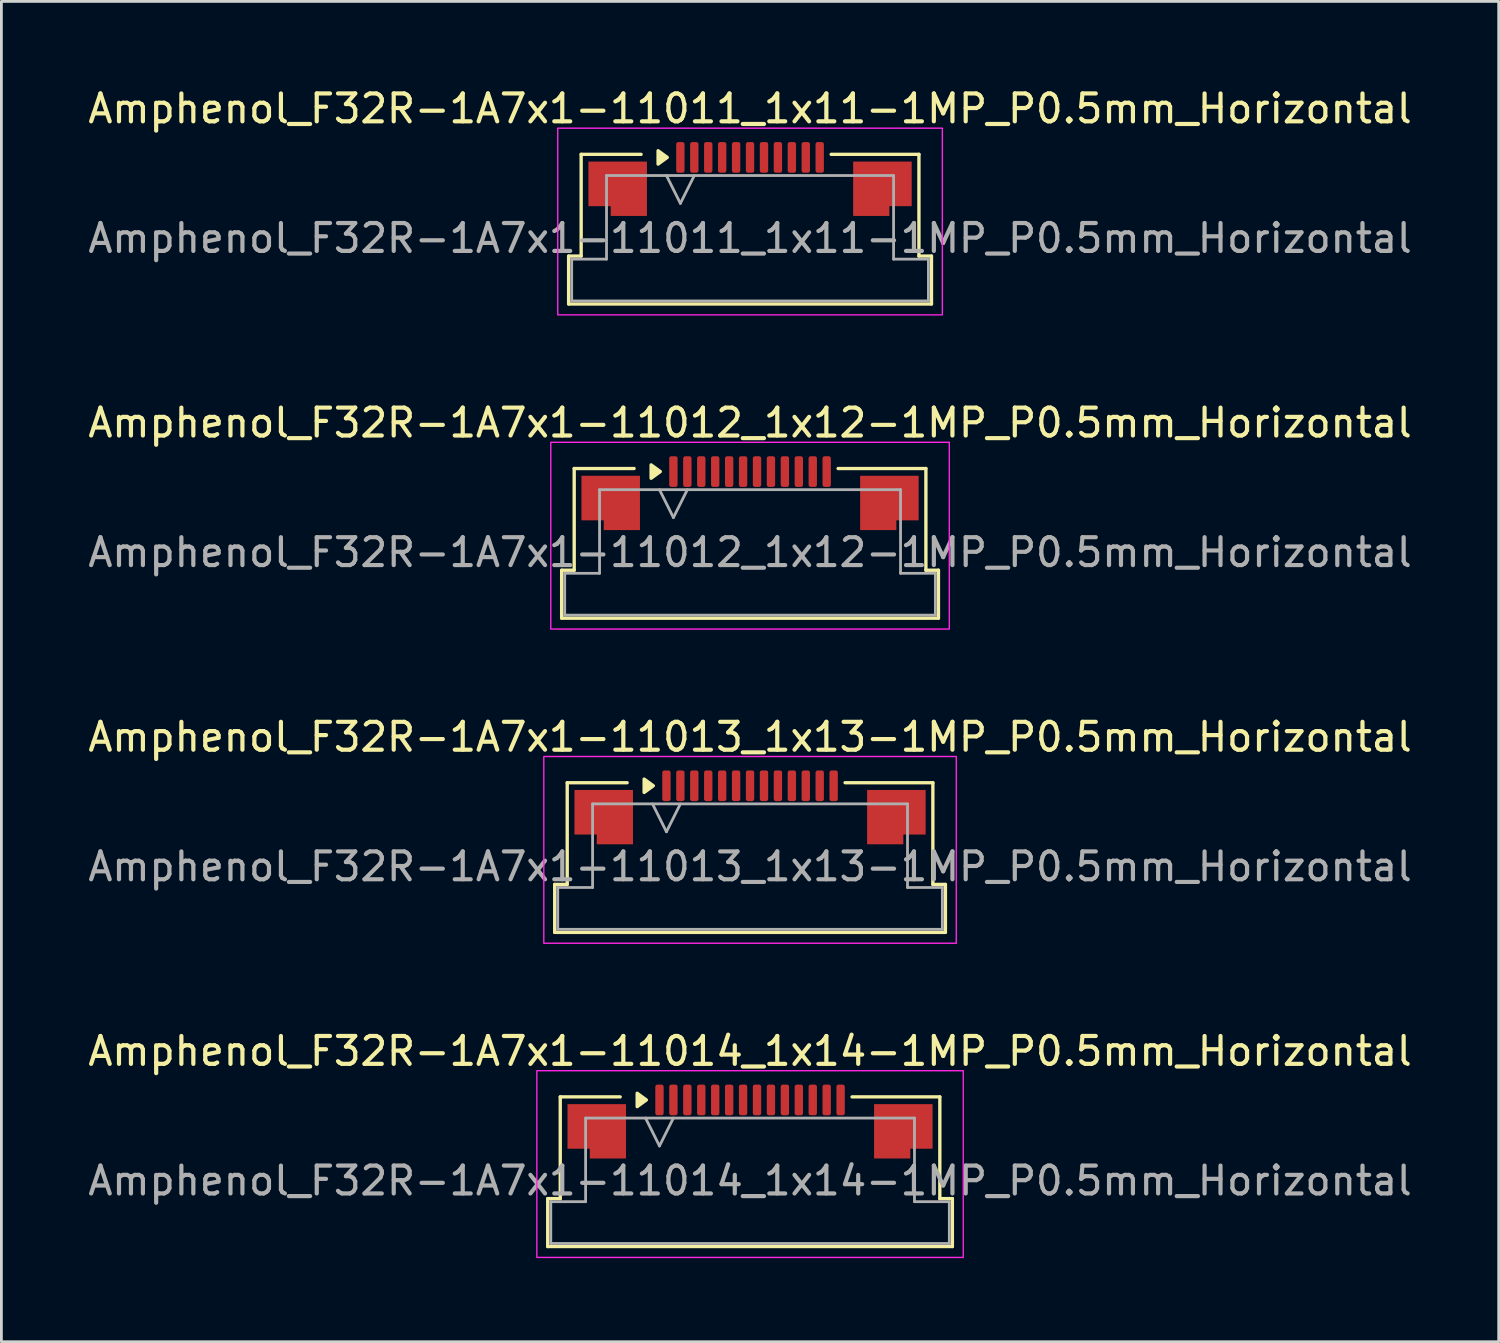
<source format=kicad_pcb>
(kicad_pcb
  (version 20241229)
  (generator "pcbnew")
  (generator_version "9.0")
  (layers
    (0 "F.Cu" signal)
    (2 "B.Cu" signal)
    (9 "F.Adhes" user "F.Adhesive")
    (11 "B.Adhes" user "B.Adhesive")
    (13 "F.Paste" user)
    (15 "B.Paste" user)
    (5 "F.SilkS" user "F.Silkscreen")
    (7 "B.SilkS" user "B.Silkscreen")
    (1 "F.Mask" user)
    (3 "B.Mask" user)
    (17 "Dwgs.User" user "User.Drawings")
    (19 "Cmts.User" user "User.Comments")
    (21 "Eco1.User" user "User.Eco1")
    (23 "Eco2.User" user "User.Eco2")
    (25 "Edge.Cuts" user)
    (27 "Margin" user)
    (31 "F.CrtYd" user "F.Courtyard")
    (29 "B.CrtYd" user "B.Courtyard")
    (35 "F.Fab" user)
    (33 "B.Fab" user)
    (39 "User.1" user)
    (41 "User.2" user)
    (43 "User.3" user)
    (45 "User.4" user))
  (footprint "Amphenol_F32R-1A7x1-11014_1x14-1MP_P0.5mm_Horizontal"
    (layer "F.Cu")
    (at 23.863 39.318)
    (property "Reference" "Amphenol_F32R-1A7x1-11014_1x14-1MP_P0.5mm_Horizontal" (at 0 -4.65 0) (layer "F.SilkS") (effects (font (size 1 1) (thickness 0.15))))
    (attr smd)
    (fp_line (start -7.26 0.64) (end -6.81 0.64) (stroke (width 0.12) (type solid)) (layer "F.SilkS"))
    (fp_line (start -7.26 2.36) (end -7.26 0.64) (stroke (width 0.12) (type solid)) (layer "F.SilkS"))
    (fp_line (start -6.81 -3.01) (end -4.66 -3.01) (stroke (width 0.12) (type solid)) (layer "F.SilkS"))
    (fp_line (start -6.81 0.64) (end -6.81 -3.01) (stroke (width 0.12) (type solid)) (layer "F.SilkS"))
    (fp_line (start 3.66 -3.01) (end 6.81 -3.01) (stroke (width 0.12) (type solid)) (layer "F.SilkS"))
    (fp_line (start 6.81 -3.01) (end 6.81 0.64) (stroke (width 0.12) (type solid)) (layer "F.SilkS"))
    (fp_line (start 6.81 0.64) (end 7.26 0.64) (stroke (width 0.12) (type solid)) (layer "F.SilkS"))
    (fp_line (start 7.26 0.64) (end 7.26 2.36) (stroke (width 0.12) (type solid)) (layer "F.SilkS"))
    (fp_line (start 7.26 2.36) (end -7.26 2.36) (stroke (width 0.12) (type solid)) (layer "F.SilkS"))
    (fp_poly (pts (xy -3.72 -2.9) (xy -4.05 -2.66) (xy -4.05 -3.14)) (stroke (width 0.12) (type solid)) (fill yes) (layer "F.SilkS"))
    (fp_rect (start -7.65 -3.95) (end 7.65 2.75) (stroke (width 0.05) (type solid)) (fill no) (layer "F.CrtYd"))
    (fp_line (start -7.15 0.75) (end -5.9 0.75) (stroke (width 0.1) (type solid)) (layer "F.Fab"))
    (fp_line (start -7.15 2.25) (end -7.15 0.75) (stroke (width 0.1) (type solid)) (layer "F.Fab"))
    (fp_line (start -5.9 -2.25) (end 5.9 -2.25) (stroke (width 0.1) (type solid)) (layer "F.Fab"))
    (fp_line (start -5.9 0.75) (end -5.9 -2.25) (stroke (width 0.1) (type solid)) (layer "F.Fab"))
    (fp_line (start -3.75 -2.25) (end -3.25 -1.25) (stroke (width 0.1) (type solid)) (layer "F.Fab"))
    (fp_line (start -3.25 -1.25) (end -2.75 -2.25) (stroke (width 0.1) (type solid)) (layer "F.Fab"))
    (fp_line (start 5.9 -2.25) (end 5.9 0.75) (stroke (width 0.1) (type solid)) (layer "F.Fab"))
    (fp_line (start 5.9 0.75) (end 7.15 0.75) (stroke (width 0.1) (type solid)) (layer "F.Fab"))
    (fp_line (start 7.15 0.75) (end 7.15 2.25) (stroke (width 0.1) (type solid)) (layer "F.Fab"))
    (fp_line (start 7.15 2.25) (end -7.15 2.25) (stroke (width 0.1) (type solid)) (layer "F.Fab"))
    (fp_text user "${REFERENCE}" (at 0 0 0) (layer "F.Fab") (effects (font (size 1 1) (thickness 0.15))))
    (pad "1" smd roundrect (at -3.25 -2.9) (size 0.3 1.1) (layers "F.Cu" "F.Mask" "F.Paste") (roundrect_rratio 0.25))
    (pad "2" smd roundrect (at -2.75 -2.9) (size 0.3 1.1) (layers "F.Cu" "F.Mask" "F.Paste") (roundrect_rratio 0.25))
    (pad "3" smd roundrect (at -2.25 -2.9) (size 0.3 1.1) (layers "F.Cu" "F.Mask" "F.Paste") (roundrect_rratio 0.25))
    (pad "4" smd roundrect (at -1.75 -2.9) (size 0.3 1.1) (layers "F.Cu" "F.Mask" "F.Paste") (roundrect_rratio 0.25))
    (pad "5" smd roundrect (at -1.25 -2.9) (size 0.3 1.1) (layers "F.Cu" "F.Mask" "F.Paste") (roundrect_rratio 0.25))
    (pad "6" smd roundrect (at -0.75 -2.9) (size 0.3 1.1) (layers "F.Cu" "F.Mask" "F.Paste") (roundrect_rratio 0.25))
    (pad "7" smd roundrect (at -0.25 -2.9) (size 0.3 1.1) (layers "F.Cu" "F.Mask" "F.Paste") (roundrect_rratio 0.25))
    (pad "8" smd roundrect (at 0.25 -2.9) (size 0.3 1.1) (layers "F.Cu" "F.Mask" "F.Paste") (roundrect_rratio 0.25))
    (pad "9" smd roundrect (at 0.75 -2.9) (size 0.3 1.1) (layers "F.Cu" "F.Mask" "F.Paste") (roundrect_rratio 0.25))
    (pad "10" smd roundrect (at 1.25 -2.9) (size 0.3 1.1) (layers "F.Cu" "F.Mask" "F.Paste") (roundrect_rratio 0.25))
    (pad "11" smd roundrect (at 1.75 -2.9) (size 0.3 1.1) (layers "F.Cu" "F.Mask" "F.Paste") (roundrect_rratio 0.25))
    (pad "12" smd roundrect (at 2.25 -2.9) (size 0.3 1.1) (layers "F.Cu" "F.Mask" "F.Paste") (roundrect_rratio 0.25))
    (pad "13" smd roundrect (at 2.75 -2.9) (size 0.3 1.1) (layers "F.Cu" "F.Mask" "F.Paste") (roundrect_rratio 0.25))
    (pad "14" smd roundrect (at 3.25 -2.9) (size 0.3 1.1) (layers "F.Cu" "F.Mask" "F.Paste") (roundrect_rratio 0.25))
    (pad "MP" smd custom (at -5.5 -1.775) (size 1 1) (layers "F.Cu" "F.Mask" "F.Paste") (options (anchor circle)) (primitives (gr_poly (pts (xy 1.05 -0.975) (xy 1.05 0.975) (xy -0.25 0.975) (xy -0.25 0.625) (xy -1.05 0.625) (xy -1.05 -0.975)) (width 0) (fill yes))))
    (pad "MP" smd custom (at 5.5 -1.775) (size 1 1) (layers "F.Cu" "F.Mask" "F.Paste") (options (anchor circle)) (primitives (gr_poly (pts (xy -1.05 -0.975) (xy -1.05 0.975) (xy 0.25 0.975) (xy 0.25 0.625) (xy 1.05 0.625) (xy 1.05 -0.975)) (width 0) (fill yes)))))
  (footprint "Amphenol_F32R-1A7x1-11013_1x13-1MP_P0.5mm_Horizontal"
    (layer "F.Cu")
    (at 23.863 28.045)
    (property "Reference" "Amphenol_F32R-1A7x1-11013_1x13-1MP_P0.5mm_Horizontal" (at 0 -4.65 0) (layer "F.SilkS") (effects (font (size 1 1) (thickness 0.15))))
    (attr smd)
    (fp_line (start -7.01 0.64) (end -6.56 0.64) (stroke (width 0.12) (type solid)) (layer "F.SilkS"))
    (fp_line (start -7.01 2.36) (end -7.01 0.64) (stroke (width 0.12) (type solid)) (layer "F.SilkS"))
    (fp_line (start -6.56 -3.01) (end -4.41 -3.01) (stroke (width 0.12) (type solid)) (layer "F.SilkS"))
    (fp_line (start -6.56 0.64) (end -6.56 -3.01) (stroke (width 0.12) (type solid)) (layer "F.SilkS"))
    (fp_line (start 3.41 -3.01) (end 6.56 -3.01) (stroke (width 0.12) (type solid)) (layer "F.SilkS"))
    (fp_line (start 6.56 -3.01) (end 6.56 0.64) (stroke (width 0.12) (type solid)) (layer "F.SilkS"))
    (fp_line (start 6.56 0.64) (end 7.01 0.64) (stroke (width 0.12) (type solid)) (layer "F.SilkS"))
    (fp_line (start 7.01 0.64) (end 7.01 2.36) (stroke (width 0.12) (type solid)) (layer "F.SilkS"))
    (fp_line (start 7.01 2.36) (end -7.01 2.36) (stroke (width 0.12) (type solid)) (layer "F.SilkS"))
    (fp_poly (pts (xy -3.47 -2.9) (xy -3.8 -2.66) (xy -3.8 -3.14)) (stroke (width 0.12) (type solid)) (fill yes) (layer "F.SilkS"))
    (fp_rect (start -7.4 -3.95) (end 7.4 2.75) (stroke (width 0.05) (type solid)) (fill no) (layer "F.CrtYd"))
    (fp_line (start -6.9 0.75) (end -5.65 0.75) (stroke (width 0.1) (type solid)) (layer "F.Fab"))
    (fp_line (start -6.9 2.25) (end -6.9 0.75) (stroke (width 0.1) (type solid)) (layer "F.Fab"))
    (fp_line (start -5.65 -2.25) (end 5.65 -2.25) (stroke (width 0.1) (type solid)) (layer "F.Fab"))
    (fp_line (start -5.65 0.75) (end -5.65 -2.25) (stroke (width 0.1) (type solid)) (layer "F.Fab"))
    (fp_line (start -3.5 -2.25) (end -3 -1.25) (stroke (width 0.1) (type solid)) (layer "F.Fab"))
    (fp_line (start -3 -1.25) (end -2.5 -2.25) (stroke (width 0.1) (type solid)) (layer "F.Fab"))
    (fp_line (start 5.65 -2.25) (end 5.65 0.75) (stroke (width 0.1) (type solid)) (layer "F.Fab"))
    (fp_line (start 5.65 0.75) (end 6.9 0.75) (stroke (width 0.1) (type solid)) (layer "F.Fab"))
    (fp_line (start 6.9 0.75) (end 6.9 2.25) (stroke (width 0.1) (type solid)) (layer "F.Fab"))
    (fp_line (start 6.9 2.25) (end -6.9 2.25) (stroke (width 0.1) (type solid)) (layer "F.Fab"))
    (fp_text user "${REFERENCE}" (at 0 0 0) (layer "F.Fab") (effects (font (size 1 1) (thickness 0.15))))
    (pad "1" smd roundrect (at -3 -2.9) (size 0.3 1.1) (layers "F.Cu" "F.Mask" "F.Paste") (roundrect_rratio 0.25))
    (pad "2" smd roundrect (at -2.5 -2.9) (size 0.3 1.1) (layers "F.Cu" "F.Mask" "F.Paste") (roundrect_rratio 0.25))
    (pad "3" smd roundrect (at -2 -2.9) (size 0.3 1.1) (layers "F.Cu" "F.Mask" "F.Paste") (roundrect_rratio 0.25))
    (pad "4" smd roundrect (at -1.5 -2.9) (size 0.3 1.1) (layers "F.Cu" "F.Mask" "F.Paste") (roundrect_rratio 0.25))
    (pad "5" smd roundrect (at -1 -2.9) (size 0.3 1.1) (layers "F.Cu" "F.Mask" "F.Paste") (roundrect_rratio 0.25))
    (pad "6" smd roundrect (at -0.5 -2.9) (size 0.3 1.1) (layers "F.Cu" "F.Mask" "F.Paste") (roundrect_rratio 0.25))
    (pad "7" smd roundrect (at 0 -2.9) (size 0.3 1.1) (layers "F.Cu" "F.Mask" "F.Paste") (roundrect_rratio 0.25))
    (pad "8" smd roundrect (at 0.5 -2.9) (size 0.3 1.1) (layers "F.Cu" "F.Mask" "F.Paste") (roundrect_rratio 0.25))
    (pad "9" smd roundrect (at 1 -2.9) (size 0.3 1.1) (layers "F.Cu" "F.Mask" "F.Paste") (roundrect_rratio 0.25))
    (pad "10" smd roundrect (at 1.5 -2.9) (size 0.3 1.1) (layers "F.Cu" "F.Mask" "F.Paste") (roundrect_rratio 0.25))
    (pad "11" smd roundrect (at 2 -2.9) (size 0.3 1.1) (layers "F.Cu" "F.Mask" "F.Paste") (roundrect_rratio 0.25))
    (pad "12" smd roundrect (at 2.5 -2.9) (size 0.3 1.1) (layers "F.Cu" "F.Mask" "F.Paste") (roundrect_rratio 0.25))
    (pad "13" smd roundrect (at 3 -2.9) (size 0.3 1.1) (layers "F.Cu" "F.Mask" "F.Paste") (roundrect_rratio 0.25))
    (pad "MP" smd custom (at -5.25 -1.775) (size 1 1) (layers "F.Cu" "F.Mask" "F.Paste") (options (anchor circle)) (primitives (gr_poly (pts (xy 1.05 -0.975) (xy 1.05 0.975) (xy -0.25 0.975) (xy -0.25 0.625) (xy -1.05 0.625) (xy -1.05 -0.975)) (width 0) (fill yes))))
    (pad "MP" smd custom (at 5.25 -1.775) (size 1 1) (layers "F.Cu" "F.Mask" "F.Paste") (options (anchor circle)) (primitives (gr_poly (pts (xy -1.05 -0.975) (xy -1.05 0.975) (xy 0.25 0.975) (xy 0.25 0.625) (xy 1.05 0.625) (xy 1.05 -0.975)) (width 0) (fill yes)))))
  (footprint "Amphenol_F32R-1A7x1-11012_1x12-1MP_P0.5mm_Horizontal"
    (layer "F.Cu")
    (at 23.863 16.771)
    (property "Reference" "Amphenol_F32R-1A7x1-11012_1x12-1MP_P0.5mm_Horizontal" (at 0 -4.65 0) (layer "F.SilkS") (effects (font (size 1 1) (thickness 0.15))))
    (attr smd)
    (fp_line (start -6.76 0.64) (end -6.31 0.64) (stroke (width 0.12) (type solid)) (layer "F.SilkS"))
    (fp_line (start -6.76 2.36) (end -6.76 0.64) (stroke (width 0.12) (type solid)) (layer "F.SilkS"))
    (fp_line (start -6.31 -3.01) (end -4.16 -3.01) (stroke (width 0.12) (type solid)) (layer "F.SilkS"))
    (fp_line (start -6.31 0.64) (end -6.31 -3.01) (stroke (width 0.12) (type solid)) (layer "F.SilkS"))
    (fp_line (start 3.16 -3.01) (end 6.31 -3.01) (stroke (width 0.12) (type solid)) (layer "F.SilkS"))
    (fp_line (start 6.31 -3.01) (end 6.31 0.64) (stroke (width 0.12) (type solid)) (layer "F.SilkS"))
    (fp_line (start 6.31 0.64) (end 6.76 0.64) (stroke (width 0.12) (type solid)) (layer "F.SilkS"))
    (fp_line (start 6.76 0.64) (end 6.76 2.36) (stroke (width 0.12) (type solid)) (layer "F.SilkS"))
    (fp_line (start 6.76 2.36) (end -6.76 2.36) (stroke (width 0.12) (type solid)) (layer "F.SilkS"))
    (fp_poly (pts (xy -3.22 -2.9) (xy -3.55 -2.66) (xy -3.55 -3.14)) (stroke (width 0.12) (type solid)) (fill yes) (layer "F.SilkS"))
    (fp_rect (start -7.15 -3.95) (end 7.15 2.75) (stroke (width 0.05) (type solid)) (fill no) (layer "F.CrtYd"))
    (fp_line (start -6.65 0.75) (end -5.4 0.75) (stroke (width 0.1) (type solid)) (layer "F.Fab"))
    (fp_line (start -6.65 2.25) (end -6.65 0.75) (stroke (width 0.1) (type solid)) (layer "F.Fab"))
    (fp_line (start -5.4 -2.25) (end 5.4 -2.25) (stroke (width 0.1) (type solid)) (layer "F.Fab"))
    (fp_line (start -5.4 0.75) (end -5.4 -2.25) (stroke (width 0.1) (type solid)) (layer "F.Fab"))
    (fp_line (start -3.25 -2.25) (end -2.75 -1.25) (stroke (width 0.1) (type solid)) (layer "F.Fab"))
    (fp_line (start -2.75 -1.25) (end -2.25 -2.25) (stroke (width 0.1) (type solid)) (layer "F.Fab"))
    (fp_line (start 5.4 -2.25) (end 5.4 0.75) (stroke (width 0.1) (type solid)) (layer "F.Fab"))
    (fp_line (start 5.4 0.75) (end 6.65 0.75) (stroke (width 0.1) (type solid)) (layer "F.Fab"))
    (fp_line (start 6.65 0.75) (end 6.65 2.25) (stroke (width 0.1) (type solid)) (layer "F.Fab"))
    (fp_line (start 6.65 2.25) (end -6.65 2.25) (stroke (width 0.1) (type solid)) (layer "F.Fab"))
    (fp_text user "${REFERENCE}" (at 0 0 0) (layer "F.Fab") (effects (font (size 1 1) (thickness 0.15))))
    (pad "1" smd roundrect (at -2.75 -2.9) (size 0.3 1.1) (layers "F.Cu" "F.Mask" "F.Paste") (roundrect_rratio 0.25))
    (pad "2" smd roundrect (at -2.25 -2.9) (size 0.3 1.1) (layers "F.Cu" "F.Mask" "F.Paste") (roundrect_rratio 0.25))
    (pad "3" smd roundrect (at -1.75 -2.9) (size 0.3 1.1) (layers "F.Cu" "F.Mask" "F.Paste") (roundrect_rratio 0.25))
    (pad "4" smd roundrect (at -1.25 -2.9) (size 0.3 1.1) (layers "F.Cu" "F.Mask" "F.Paste") (roundrect_rratio 0.25))
    (pad "5" smd roundrect (at -0.75 -2.9) (size 0.3 1.1) (layers "F.Cu" "F.Mask" "F.Paste") (roundrect_rratio 0.25))
    (pad "6" smd roundrect (at -0.25 -2.9) (size 0.3 1.1) (layers "F.Cu" "F.Mask" "F.Paste") (roundrect_rratio 0.25))
    (pad "7" smd roundrect (at 0.25 -2.9) (size 0.3 1.1) (layers "F.Cu" "F.Mask" "F.Paste") (roundrect_rratio 0.25))
    (pad "8" smd roundrect (at 0.75 -2.9) (size 0.3 1.1) (layers "F.Cu" "F.Mask" "F.Paste") (roundrect_rratio 0.25))
    (pad "9" smd roundrect (at 1.25 -2.9) (size 0.3 1.1) (layers "F.Cu" "F.Mask" "F.Paste") (roundrect_rratio 0.25))
    (pad "10" smd roundrect (at 1.75 -2.9) (size 0.3 1.1) (layers "F.Cu" "F.Mask" "F.Paste") (roundrect_rratio 0.25))
    (pad "11" smd roundrect (at 2.25 -2.9) (size 0.3 1.1) (layers "F.Cu" "F.Mask" "F.Paste") (roundrect_rratio 0.25))
    (pad "12" smd roundrect (at 2.75 -2.9) (size 0.3 1.1) (layers "F.Cu" "F.Mask" "F.Paste") (roundrect_rratio 0.25))
    (pad "MP" smd custom (at -5 -1.775) (size 1 1) (layers "F.Cu" "F.Mask" "F.Paste") (options (anchor circle)) (primitives (gr_poly (pts (xy 1.05 -0.975) (xy 1.05 0.975) (xy -0.25 0.975) (xy -0.25 0.625) (xy -1.05 0.625) (xy -1.05 -0.975)) (width 0) (fill yes))))
    (pad "MP" smd custom (at 5 -1.775) (size 1 1) (layers "F.Cu" "F.Mask" "F.Paste") (options (anchor circle)) (primitives (gr_poly (pts (xy -1.05 -0.975) (xy -1.05 0.975) (xy 0.25 0.975) (xy 0.25 0.625) (xy 1.05 0.625) (xy 1.05 -0.975)) (width 0) (fill yes)))))
  (footprint "Amphenol_F32R-1A7x1-11011_1x11-1MP_P0.5mm_Horizontal"
    (layer "F.Cu")
    (at 23.863 5.498)
    (property "Reference" "Amphenol_F32R-1A7x1-11011_1x11-1MP_P0.5mm_Horizontal" (at 0 -4.65 0) (layer "F.SilkS") (effects (font (size 1 1) (thickness 0.15))))
    (attr smd)
    (fp_line (start -6.51 0.64) (end -6.06 0.64) (stroke (width 0.12) (type solid)) (layer "F.SilkS"))
    (fp_line (start -6.51 2.36) (end -6.51 0.64) (stroke (width 0.12) (type solid)) (layer "F.SilkS"))
    (fp_line (start -6.06 -3.01) (end -3.91 -3.01) (stroke (width 0.12) (type solid)) (layer "F.SilkS"))
    (fp_line (start -6.06 0.64) (end -6.06 -3.01) (stroke (width 0.12) (type solid)) (layer "F.SilkS"))
    (fp_line (start 2.91 -3.01) (end 6.06 -3.01) (stroke (width 0.12) (type solid)) (layer "F.SilkS"))
    (fp_line (start 6.06 -3.01) (end 6.06 0.64) (stroke (width 0.12) (type solid)) (layer "F.SilkS"))
    (fp_line (start 6.06 0.64) (end 6.51 0.64) (stroke (width 0.12) (type solid)) (layer "F.SilkS"))
    (fp_line (start 6.51 0.64) (end 6.51 2.36) (stroke (width 0.12) (type solid)) (layer "F.SilkS"))
    (fp_line (start 6.51 2.36) (end -6.51 2.36) (stroke (width 0.12) (type solid)) (layer "F.SilkS"))
    (fp_poly (pts (xy -2.97 -2.9) (xy -3.3 -2.66) (xy -3.3 -3.14)) (stroke (width 0.12) (type solid)) (fill yes) (layer "F.SilkS"))
    (fp_rect (start -6.9 -3.95) (end 6.9 2.75) (stroke (width 0.05) (type solid)) (fill no) (layer "F.CrtYd"))
    (fp_line (start -6.4 0.75) (end -5.15 0.75) (stroke (width 0.1) (type solid)) (layer "F.Fab"))
    (fp_line (start -6.4 2.25) (end -6.4 0.75) (stroke (width 0.1) (type solid)) (layer "F.Fab"))
    (fp_line (start -5.15 -2.25) (end 5.15 -2.25) (stroke (width 0.1) (type solid)) (layer "F.Fab"))
    (fp_line (start -5.15 0.75) (end -5.15 -2.25) (stroke (width 0.1) (type solid)) (layer "F.Fab"))
    (fp_line (start -3 -2.25) (end -2.5 -1.25) (stroke (width 0.1) (type solid)) (layer "F.Fab"))
    (fp_line (start -2.5 -1.25) (end -2 -2.25) (stroke (width 0.1) (type solid)) (layer "F.Fab"))
    (fp_line (start 5.15 -2.25) (end 5.15 0.75) (stroke (width 0.1) (type solid)) (layer "F.Fab"))
    (fp_line (start 5.15 0.75) (end 6.4 0.75) (stroke (width 0.1) (type solid)) (layer "F.Fab"))
    (fp_line (start 6.4 0.75) (end 6.4 2.25) (stroke (width 0.1) (type solid)) (layer "F.Fab"))
    (fp_line (start 6.4 2.25) (end -6.4 2.25) (stroke (width 0.1) (type solid)) (layer "F.Fab"))
    (fp_text user "${REFERENCE}" (at 0 0 0) (layer "F.Fab") (effects (font (size 1 1) (thickness 0.15))))
    (pad "1" smd roundrect (at -2.5 -2.9) (size 0.3 1.1) (layers "F.Cu" "F.Mask" "F.Paste") (roundrect_rratio 0.25))
    (pad "2" smd roundrect (at -2 -2.9) (size 0.3 1.1) (layers "F.Cu" "F.Mask" "F.Paste") (roundrect_rratio 0.25))
    (pad "3" smd roundrect (at -1.5 -2.9) (size 0.3 1.1) (layers "F.Cu" "F.Mask" "F.Paste") (roundrect_rratio 0.25))
    (pad "4" smd roundrect (at -1 -2.9) (size 0.3 1.1) (layers "F.Cu" "F.Mask" "F.Paste") (roundrect_rratio 0.25))
    (pad "5" smd roundrect (at -0.5 -2.9) (size 0.3 1.1) (layers "F.Cu" "F.Mask" "F.Paste") (roundrect_rratio 0.25))
    (pad "6" smd roundrect (at 0 -2.9) (size 0.3 1.1) (layers "F.Cu" "F.Mask" "F.Paste") (roundrect_rratio 0.25))
    (pad "7" smd roundrect (at 0.5 -2.9) (size 0.3 1.1) (layers "F.Cu" "F.Mask" "F.Paste") (roundrect_rratio 0.25))
    (pad "8" smd roundrect (at 1 -2.9) (size 0.3 1.1) (layers "F.Cu" "F.Mask" "F.Paste") (roundrect_rratio 0.25))
    (pad "9" smd roundrect (at 1.5 -2.9) (size 0.3 1.1) (layers "F.Cu" "F.Mask" "F.Paste") (roundrect_rratio 0.25))
    (pad "10" smd roundrect (at 2 -2.9) (size 0.3 1.1) (layers "F.Cu" "F.Mask" "F.Paste") (roundrect_rratio 0.25))
    (pad "11" smd roundrect (at 2.5 -2.9) (size 0.3 1.1) (layers "F.Cu" "F.Mask" "F.Paste") (roundrect_rratio 0.25))
    (pad "MP" smd custom (at -4.75 -1.775) (size 1 1) (layers "F.Cu" "F.Mask" "F.Paste") (options (anchor circle)) (primitives (gr_poly (pts (xy 1.05 -0.975) (xy 1.05 0.975) (xy -0.25 0.975) (xy -0.25 0.625) (xy -1.05 0.625) (xy -1.05 -0.975)) (width 0) (fill yes))))
    (pad "MP" smd custom (at 4.75 -1.775) (size 1 1) (layers "F.Cu" "F.Mask" "F.Paste") (options (anchor circle)) (primitives (gr_poly (pts (xy -1.05 -0.975) (xy -1.05 0.975) (xy 0.25 0.975) (xy 0.25 0.625) (xy 1.05 0.625) (xy 1.05 -0.975)) (width 0) (fill yes)))))
  (gr_rect
    (start -3 -3)
    (end 50.726 45.093)
    (stroke (width 0.1) (type default))
    (fill no)
    (layer "Edge.Cuts")))
</source>
